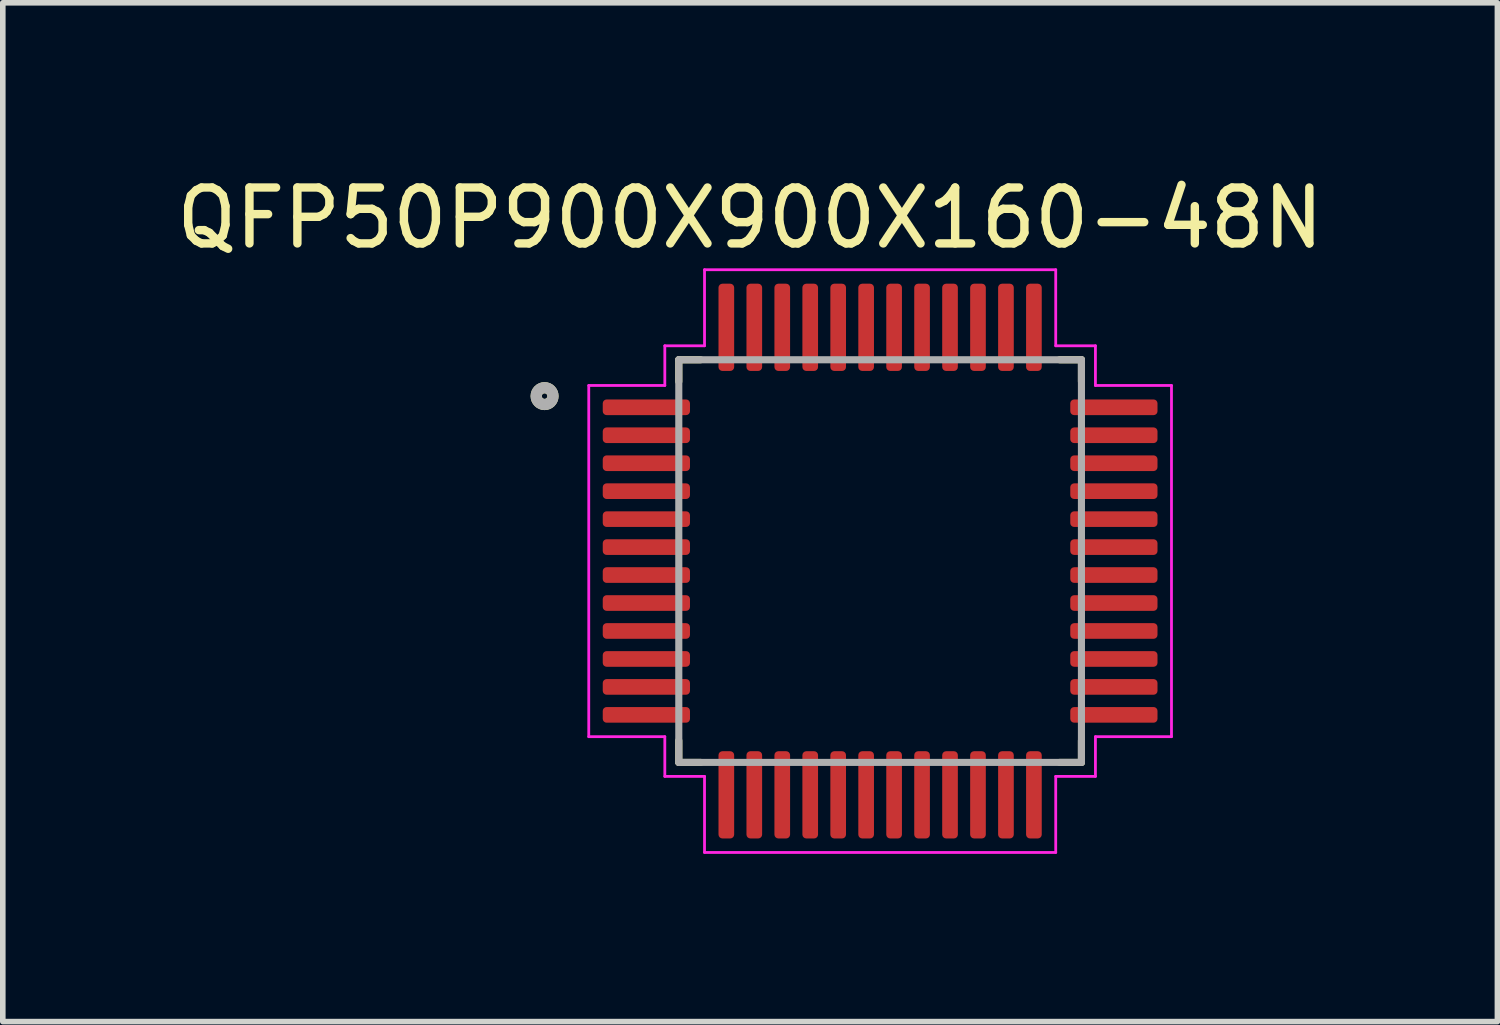
<source format=kicad_pcb>
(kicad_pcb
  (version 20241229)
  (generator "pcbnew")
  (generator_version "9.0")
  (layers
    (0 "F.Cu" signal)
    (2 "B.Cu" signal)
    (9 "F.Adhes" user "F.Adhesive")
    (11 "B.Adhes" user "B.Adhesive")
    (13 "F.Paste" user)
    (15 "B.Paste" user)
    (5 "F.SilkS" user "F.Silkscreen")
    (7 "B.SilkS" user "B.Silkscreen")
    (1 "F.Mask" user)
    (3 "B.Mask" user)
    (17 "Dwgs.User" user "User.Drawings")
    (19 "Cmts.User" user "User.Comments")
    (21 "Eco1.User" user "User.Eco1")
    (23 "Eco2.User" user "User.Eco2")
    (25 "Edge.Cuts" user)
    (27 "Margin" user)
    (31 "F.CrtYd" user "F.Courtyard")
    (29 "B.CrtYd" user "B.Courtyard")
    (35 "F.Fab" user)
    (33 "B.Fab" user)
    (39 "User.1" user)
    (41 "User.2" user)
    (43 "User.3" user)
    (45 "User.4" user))
  (footprint "QFP50P900X900X160-48N"
    (layer "F.Cu")
    (at 12.688 6.983)
    (property "Reference" "QFP50P900X900X160-48N" (at -2.325 -6.135 0) (layer "F.SilkS") (effects (font (size 1 1) (thickness 0.15))))
    (attr smd)
    (fp_line (start -3.6 -3.6) (end -3.6 -3.21) (stroke (width 0.127) (type solid)) (layer "F.SilkS"))
    (fp_line (start -3.6 3.21) (end -3.6 3.6) (stroke (width 0.127) (type solid)) (layer "F.SilkS"))
    (fp_line (start -3.6 3.6) (end -3.21 3.6) (stroke (width 0.127) (type solid)) (layer "F.SilkS"))
    (fp_line (start -3.21 -3.6) (end -3.6 -3.6) (stroke (width 0.127) (type solid)) (layer "F.SilkS"))
    (fp_line (start 3.21 3.6) (end 3.6 3.6) (stroke (width 0.127) (type solid)) (layer "F.SilkS"))
    (fp_line (start 3.6 -3.6) (end 3.21 -3.6) (stroke (width 0.127) (type solid)) (layer "F.SilkS"))
    (fp_line (start 3.6 -3.21) (end 3.6 -3.6) (stroke (width 0.127) (type solid)) (layer "F.SilkS"))
    (fp_line (start 3.6 3.6) (end 3.6 3.21) (stroke (width 0.127) (type solid)) (layer "F.SilkS"))
    (fp_circle (center -6 -2.95) (end -5.85 -2.95) (stroke (width 0.2) (type solid)) (fill no) (layer "F.SilkS"))
    (fp_line (start -5.21 -3.14) (end -3.85 -3.14) (stroke (width 0.05) (type solid)) (layer "F.CrtYd"))
    (fp_line (start -5.21 3.14) (end -5.21 -3.14) (stroke (width 0.05) (type solid)) (layer "F.CrtYd"))
    (fp_line (start -3.85 -3.85) (end -3.14 -3.85) (stroke (width 0.05) (type solid)) (layer "F.CrtYd"))
    (fp_line (start -3.85 -3.14) (end -3.85 -3.85) (stroke (width 0.05) (type solid)) (layer "F.CrtYd"))
    (fp_line (start -3.85 3.14) (end -5.21 3.14) (stroke (width 0.05) (type solid)) (layer "F.CrtYd"))
    (fp_line (start -3.85 3.85) (end -3.85 3.14) (stroke (width 0.05) (type solid)) (layer "F.CrtYd"))
    (fp_line (start -3.14 -5.21) (end 3.14 -5.21) (stroke (width 0.05) (type solid)) (layer "F.CrtYd"))
    (fp_line (start -3.14 -3.85) (end -3.14 -5.21) (stroke (width 0.05) (type solid)) (layer "F.CrtYd"))
    (fp_line (start -3.14 3.85) (end -3.85 3.85) (stroke (width 0.05) (type solid)) (layer "F.CrtYd"))
    (fp_line (start -3.14 5.21) (end -3.14 3.85) (stroke (width 0.05) (type solid)) (layer "F.CrtYd"))
    (fp_line (start 3.14 -5.21) (end 3.14 -3.85) (stroke (width 0.05) (type solid)) (layer "F.CrtYd"))
    (fp_line (start 3.14 -3.85) (end 3.85 -3.85) (stroke (width 0.05) (type solid)) (layer "F.CrtYd"))
    (fp_line (start 3.14 3.85) (end 3.14 5.21) (stroke (width 0.05) (type solid)) (layer "F.CrtYd"))
    (fp_line (start 3.14 5.21) (end -3.14 5.21) (stroke (width 0.05) (type solid)) (layer "F.CrtYd"))
    (fp_line (start 3.85 -3.85) (end 3.85 -3.14) (stroke (width 0.05) (type solid)) (layer "F.CrtYd"))
    (fp_line (start 3.85 -3.14) (end 5.21 -3.14) (stroke (width 0.05) (type solid)) (layer "F.CrtYd"))
    (fp_line (start 3.85 3.14) (end 3.85 3.85) (stroke (width 0.05) (type solid)) (layer "F.CrtYd"))
    (fp_line (start 3.85 3.85) (end 3.14 3.85) (stroke (width 0.05) (type solid)) (layer "F.CrtYd"))
    (fp_line (start 5.21 -3.14) (end 5.21 3.14) (stroke (width 0.05) (type solid)) (layer "F.CrtYd"))
    (fp_line (start 5.21 3.14) (end 3.85 3.14) (stroke (width 0.05) (type solid)) (layer "F.CrtYd"))
    (fp_line (start -3.6 -3.6) (end 3.6 -3.6) (stroke (width 0.127) (type solid)) (layer "F.Fab"))
    (fp_line (start -3.6 3.6) (end -3.6 -3.6) (stroke (width 0.127) (type solid)) (layer "F.Fab"))
    (fp_line (start 3.6 -3.6) (end 3.6 3.6) (stroke (width 0.127) (type solid)) (layer "F.Fab"))
    (fp_line (start 3.6 3.6) (end -3.6 3.6) (stroke (width 0.127) (type solid)) (layer "F.Fab"))
    (fp_circle (center -6 -2.95) (end -5.85 -2.95) (stroke (width 0.2) (type solid)) (fill no) (layer "F.Fab"))
    (pad "1" smd roundrect (at -4.18 -2.75) (size 1.56 0.28) (layers "F.Cu" "F.Mask" "F.Paste") (roundrect_rratio 0.25))
    (pad "2" smd roundrect (at -4.18 -2.25) (size 1.56 0.28) (layers "F.Cu" "F.Mask" "F.Paste") (roundrect_rratio 0.25))
    (pad "3" smd roundrect (at -4.18 -1.75) (size 1.56 0.28) (layers "F.Cu" "F.Mask" "F.Paste") (roundrect_rratio 0.25))
    (pad "4" smd roundrect (at -4.18 -1.25) (size 1.56 0.28) (layers "F.Cu" "F.Mask" "F.Paste") (roundrect_rratio 0.25))
    (pad "5" smd roundrect (at -4.18 -0.75) (size 1.56 0.28) (layers "F.Cu" "F.Mask" "F.Paste") (roundrect_rratio 0.25))
    (pad "6" smd roundrect (at -4.18 -0.25) (size 1.56 0.28) (layers "F.Cu" "F.Mask" "F.Paste") (roundrect_rratio 0.25))
    (pad "7" smd roundrect (at -4.18 0.25) (size 1.56 0.28) (layers "F.Cu" "F.Mask" "F.Paste") (roundrect_rratio 0.25))
    (pad "8" smd roundrect (at -4.18 0.75) (size 1.56 0.28) (layers "F.Cu" "F.Mask" "F.Paste") (roundrect_rratio 0.25))
    (pad "9" smd roundrect (at -4.18 1.25) (size 1.56 0.28) (layers "F.Cu" "F.Mask" "F.Paste") (roundrect_rratio 0.25))
    (pad "10" smd roundrect (at -4.18 1.75) (size 1.56 0.28) (layers "F.Cu" "F.Mask" "F.Paste") (roundrect_rratio 0.25))
    (pad "11" smd roundrect (at -4.18 2.25) (size 1.56 0.28) (layers "F.Cu" "F.Mask" "F.Paste") (roundrect_rratio 0.25))
    (pad "12" smd roundrect (at -4.18 2.75) (size 1.56 0.28) (layers "F.Cu" "F.Mask" "F.Paste") (roundrect_rratio 0.25))
    (pad "13" smd roundrect (at -2.75 4.18) (size 0.28 1.56) (layers "F.Cu" "F.Mask" "F.Paste") (roundrect_rratio 0.25))
    (pad "14" smd roundrect (at -2.25 4.18) (size 0.28 1.56) (layers "F.Cu" "F.Mask" "F.Paste") (roundrect_rratio 0.25))
    (pad "15" smd roundrect (at -1.75 4.18) (size 0.28 1.56) (layers "F.Cu" "F.Mask" "F.Paste") (roundrect_rratio 0.25))
    (pad "16" smd roundrect (at -1.25 4.18) (size 0.28 1.56) (layers "F.Cu" "F.Mask" "F.Paste") (roundrect_rratio 0.25))
    (pad "17" smd roundrect (at -0.75 4.18) (size 0.28 1.56) (layers "F.Cu" "F.Mask" "F.Paste") (roundrect_rratio 0.25))
    (pad "18" smd roundrect (at -0.25 4.18) (size 0.28 1.56) (layers "F.Cu" "F.Mask" "F.Paste") (roundrect_rratio 0.25))
    (pad "19" smd roundrect (at 0.25 4.18) (size 0.28 1.56) (layers "F.Cu" "F.Mask" "F.Paste") (roundrect_rratio 0.25))
    (pad "20" smd roundrect (at 0.75 4.18) (size 0.28 1.56) (layers "F.Cu" "F.Mask" "F.Paste") (roundrect_rratio 0.25))
    (pad "21" smd roundrect (at 1.25 4.18) (size 0.28 1.56) (layers "F.Cu" "F.Mask" "F.Paste") (roundrect_rratio 0.25))
    (pad "22" smd roundrect (at 1.75 4.18) (size 0.28 1.56) (layers "F.Cu" "F.Mask" "F.Paste") (roundrect_rratio 0.25))
    (pad "23" smd roundrect (at 2.25 4.18) (size 0.28 1.56) (layers "F.Cu" "F.Mask" "F.Paste") (roundrect_rratio 0.25))
    (pad "24" smd roundrect (at 2.75 4.18) (size 0.28 1.56) (layers "F.Cu" "F.Mask" "F.Paste") (roundrect_rratio 0.25))
    (pad "25" smd roundrect (at 4.18 2.75) (size 1.56 0.28) (layers "F.Cu" "F.Mask" "F.Paste") (roundrect_rratio 0.25))
    (pad "26" smd roundrect (at 4.18 2.25) (size 1.56 0.28) (layers "F.Cu" "F.Mask" "F.Paste") (roundrect_rratio 0.25))
    (pad "27" smd roundrect (at 4.18 1.75) (size 1.56 0.28) (layers "F.Cu" "F.Mask" "F.Paste") (roundrect_rratio 0.25))
    (pad "28" smd roundrect (at 4.18 1.25) (size 1.56 0.28) (layers "F.Cu" "F.Mask" "F.Paste") (roundrect_rratio 0.25))
    (pad "29" smd roundrect (at 4.18 0.75) (size 1.56 0.28) (layers "F.Cu" "F.Mask" "F.Paste") (roundrect_rratio 0.25))
    (pad "30" smd roundrect (at 4.18 0.25) (size 1.56 0.28) (layers "F.Cu" "F.Mask" "F.Paste") (roundrect_rratio 0.25))
    (pad "31" smd roundrect (at 4.18 -0.25) (size 1.56 0.28) (layers "F.Cu" "F.Mask" "F.Paste") (roundrect_rratio 0.25))
    (pad "32" smd roundrect (at 4.18 -0.75) (size 1.56 0.28) (layers "F.Cu" "F.Mask" "F.Paste") (roundrect_rratio 0.25))
    (pad "33" smd roundrect (at 4.18 -1.25) (size 1.56 0.28) (layers "F.Cu" "F.Mask" "F.Paste") (roundrect_rratio 0.25))
    (pad "34" smd roundrect (at 4.18 -1.75) (size 1.56 0.28) (layers "F.Cu" "F.Mask" "F.Paste") (roundrect_rratio 0.25))
    (pad "35" smd roundrect (at 4.18 -2.25) (size 1.56 0.28) (layers "F.Cu" "F.Mask" "F.Paste") (roundrect_rratio 0.25))
    (pad "36" smd roundrect (at 4.18 -2.75) (size 1.56 0.28) (layers "F.Cu" "F.Mask" "F.Paste") (roundrect_rratio 0.25))
    (pad "37" smd roundrect (at 2.75 -4.18) (size 0.28 1.56) (layers "F.Cu" "F.Mask" "F.Paste") (roundrect_rratio 0.25))
    (pad "38" smd roundrect (at 2.25 -4.18) (size 0.28 1.56) (layers "F.Cu" "F.Mask" "F.Paste") (roundrect_rratio 0.25))
    (pad "39" smd roundrect (at 1.75 -4.18) (size 0.28 1.56) (layers "F.Cu" "F.Mask" "F.Paste") (roundrect_rratio 0.25))
    (pad "40" smd roundrect (at 1.25 -4.18) (size 0.28 1.56) (layers "F.Cu" "F.Mask" "F.Paste") (roundrect_rratio 0.25))
    (pad "41" smd roundrect (at 0.75 -4.18) (size 0.28 1.56) (layers "F.Cu" "F.Mask" "F.Paste") (roundrect_rratio 0.25))
    (pad "42" smd roundrect (at 0.25 -4.18) (size 0.28 1.56) (layers "F.Cu" "F.Mask" "F.Paste") (roundrect_rratio 0.25))
    (pad "43" smd roundrect (at -0.25 -4.18) (size 0.28 1.56) (layers "F.Cu" "F.Mask" "F.Paste") (roundrect_rratio 0.25))
    (pad "44" smd roundrect (at -0.75 -4.18) (size 0.28 1.56) (layers "F.Cu" "F.Mask" "F.Paste") (roundrect_rratio 0.25))
    (pad "45" smd roundrect (at -1.25 -4.18) (size 0.28 1.56) (layers "F.Cu" "F.Mask" "F.Paste") (roundrect_rratio 0.25))
    (pad "46" smd roundrect (at -1.75 -4.18) (size 0.28 1.56) (layers "F.Cu" "F.Mask" "F.Paste") (roundrect_rratio 0.25))
    (pad "47" smd roundrect (at -2.25 -4.18) (size 0.28 1.56) (layers "F.Cu" "F.Mask" "F.Paste") (roundrect_rratio 0.25))
    (pad "48" smd roundrect (at -2.75 -4.18) (size 0.28 1.56) (layers "F.Cu" "F.Mask" "F.Paste") (roundrect_rratio 0.25)))
  (gr_rect
    (start -3 -3)
    (end 23.726 15.218)
    (stroke (width 0.1) (type default))
    (fill no)
    (layer "Edge.Cuts")))
</source>
